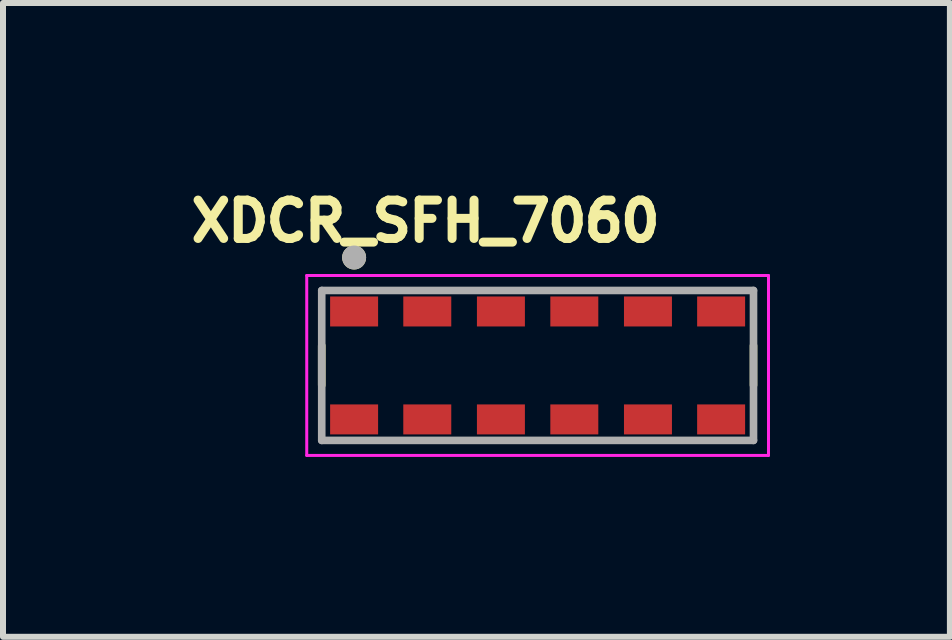
<source format=kicad_pcb>
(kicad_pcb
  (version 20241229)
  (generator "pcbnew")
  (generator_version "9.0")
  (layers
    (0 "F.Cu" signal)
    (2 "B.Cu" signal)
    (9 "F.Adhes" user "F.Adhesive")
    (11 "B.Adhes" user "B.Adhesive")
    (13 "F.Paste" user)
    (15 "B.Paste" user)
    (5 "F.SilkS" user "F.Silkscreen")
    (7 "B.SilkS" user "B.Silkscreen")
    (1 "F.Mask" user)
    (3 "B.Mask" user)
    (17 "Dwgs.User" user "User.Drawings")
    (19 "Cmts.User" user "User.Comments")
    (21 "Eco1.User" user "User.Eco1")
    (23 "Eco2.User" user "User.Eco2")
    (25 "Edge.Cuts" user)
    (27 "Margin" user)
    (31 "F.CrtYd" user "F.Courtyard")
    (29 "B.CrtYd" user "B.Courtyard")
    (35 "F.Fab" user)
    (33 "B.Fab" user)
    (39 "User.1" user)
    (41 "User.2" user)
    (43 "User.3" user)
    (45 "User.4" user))
  (footprint "XDCR_SFH_7060"
    (layer "F.Cu")
    (at 5.915 3.044)
    (property "Reference" "XDCR_SFH_7060" (at -1.868 -2.406 0) (layer "F.SilkS") (effects (font (size 0.64 0.64) (thickness 0.15))))
    (attr through_hole)
    (fp_poly (pts (xy -3.75 -1.4) (xy 3.75 -1.4) (xy 3.75 1.4) (xy -3.75 1.4)) (stroke (width 0.01) (type solid)) (fill yes) (layer "F.Mask"))
    (fp_line (start -3.6 -0.33) (end -3.6 0.33) (stroke (width 0.127) (type solid)) (layer "F.SilkS"))
    (fp_line (start 3.6 -0.33) (end 3.6 0.33) (stroke (width 0.127) (type solid)) (layer "F.SilkS"))
    (fp_circle (center -3.06 -1.8) (end -2.96 -1.8) (stroke (width 0.2) (type solid)) (fill no) (layer "F.SilkS"))
    (fp_poly (pts (xy -3.41 -1.1) (xy -2.71 -1.1) (xy -2.71 -0.7) (xy -3.41 -0.7)) (stroke (width 0.01) (type solid)) (fill yes) (layer "F.Paste"))
    (fp_poly (pts (xy -3.41 0.7) (xy -2.71 0.7) (xy -2.71 1.1) (xy -3.41 1.1)) (stroke (width 0.01) (type solid)) (fill yes) (layer "F.Paste"))
    (fp_poly (pts (xy -2.19 -1.1) (xy -1.49 -1.1) (xy -1.49 -0.7) (xy -2.19 -0.7)) (stroke (width 0.01) (type solid)) (fill yes) (layer "F.Paste"))
    (fp_poly (pts (xy -2.19 0.7) (xy -1.49 0.7) (xy -1.49 1.1) (xy -2.19 1.1)) (stroke (width 0.01) (type solid)) (fill yes) (layer "F.Paste"))
    (fp_poly (pts (xy -0.962 -1.1) (xy -0.262 -1.1) (xy -0.262 -0.7) (xy -0.962 -0.7)) (stroke (width 0.01) (type solid)) (fill yes) (layer "F.Paste"))
    (fp_poly (pts (xy -0.962 0.7) (xy -0.262 0.7) (xy -0.262 1.1) (xy -0.962 1.1)) (stroke (width 0.01) (type solid)) (fill yes) (layer "F.Paste"))
    (fp_poly (pts (xy 0.262 -1.1) (xy 0.962 -1.1) (xy 0.962 -0.7) (xy 0.262 -0.7)) (stroke (width 0.01) (type solid)) (fill yes) (layer "F.Paste"))
    (fp_poly (pts (xy 0.262 0.7) (xy 0.962 0.7) (xy 0.962 1.1) (xy 0.262 1.1)) (stroke (width 0.01) (type solid)) (fill yes) (layer "F.Paste"))
    (fp_poly (pts (xy 1.49 -1.1) (xy 2.19 -1.1) (xy 2.19 -0.7) (xy 1.49 -0.7)) (stroke (width 0.01) (type solid)) (fill yes) (layer "F.Paste"))
    (fp_poly (pts (xy 1.49 0.7) (xy 2.19 0.7) (xy 2.19 1.1) (xy 1.49 1.1)) (stroke (width 0.01) (type solid)) (fill yes) (layer "F.Paste"))
    (fp_poly (pts (xy 2.71 -1.1) (xy 3.41 -1.1) (xy 3.41 -0.7) (xy 2.71 -0.7)) (stroke (width 0.01) (type solid)) (fill yes) (layer "F.Paste"))
    (fp_poly (pts (xy 2.71 0.7) (xy 3.41 0.7) (xy 3.41 1.1) (xy 2.71 1.1)) (stroke (width 0.01) (type solid)) (fill yes) (layer "F.Paste"))
    (fp_line (start -3.85 -1.5) (end 3.85 -1.5) (stroke (width 0.05) (type solid)) (layer "F.CrtYd"))
    (fp_line (start -3.85 1.5) (end -3.85 -1.5) (stroke (width 0.05) (type solid)) (layer "F.CrtYd"))
    (fp_line (start 3.85 -1.5) (end 3.85 1.5) (stroke (width 0.05) (type solid)) (layer "F.CrtYd"))
    (fp_line (start 3.85 1.5) (end -3.85 1.5) (stroke (width 0.05) (type solid)) (layer "F.CrtYd"))
    (fp_line (start -3.6 -1.25) (end 3.6 -1.25) (stroke (width 0.127) (type solid)) (layer "F.Fab"))
    (fp_line (start -3.6 1.25) (end -3.6 -1.25) (stroke (width 0.127) (type solid)) (layer "F.Fab"))
    (fp_line (start 3.6 -1.25) (end 3.6 1.25) (stroke (width 0.127) (type solid)) (layer "F.Fab"))
    (fp_line (start 3.6 1.25) (end -3.6 1.25) (stroke (width 0.127) (type solid)) (layer "F.Fab"))
    (fp_circle (center -3.06 -1.8) (end -2.96 -1.8) (stroke (width 0.2) (type solid)) (fill no) (layer "F.Fab"))
    (pad "1" smd rect (at -3.06 -0.9) (size 0.8 0.5) (layers "F.Cu"))
    (pad "2" smd rect (at -1.84 -0.9) (size 0.8 0.5) (layers "F.Cu"))
    (pad "3" smd rect (at -0.612 -0.9) (size 0.8 0.5) (layers "F.Cu"))
    (pad "4" smd rect (at 0.612 -0.9) (size 0.8 0.5) (layers "F.Cu"))
    (pad "5" smd rect (at 1.84 -0.9) (size 0.8 0.5) (layers "F.Cu"))
    (pad "6" smd rect (at 3.06 -0.9) (size 0.8 0.5) (layers "F.Cu"))
    (pad "7" smd rect (at 3.06 0.9 180) (size 0.8 0.5) (layers "F.Cu"))
    (pad "8" smd rect (at 1.84 0.9 180) (size 0.8 0.5) (layers "F.Cu"))
    (pad "9" smd rect (at 0.612 0.9 180) (size 0.8 0.5) (layers "F.Cu"))
    (pad "10" smd rect (at -0.612 0.9 180) (size 0.8 0.5) (layers "F.Cu"))
    (pad "11" smd rect (at -1.84 0.9 180) (size 0.8 0.5) (layers "F.Cu"))
    (pad "12" smd rect (at -3.06 0.9 180) (size 0.8 0.5) (layers "F.Cu")))
  (gr_rect
    (start -3 -3)
    (end 12.79 7.569)
    (stroke (width 0.1) (type default))
    (fill no)
    (layer "Edge.Cuts")))
</source>
